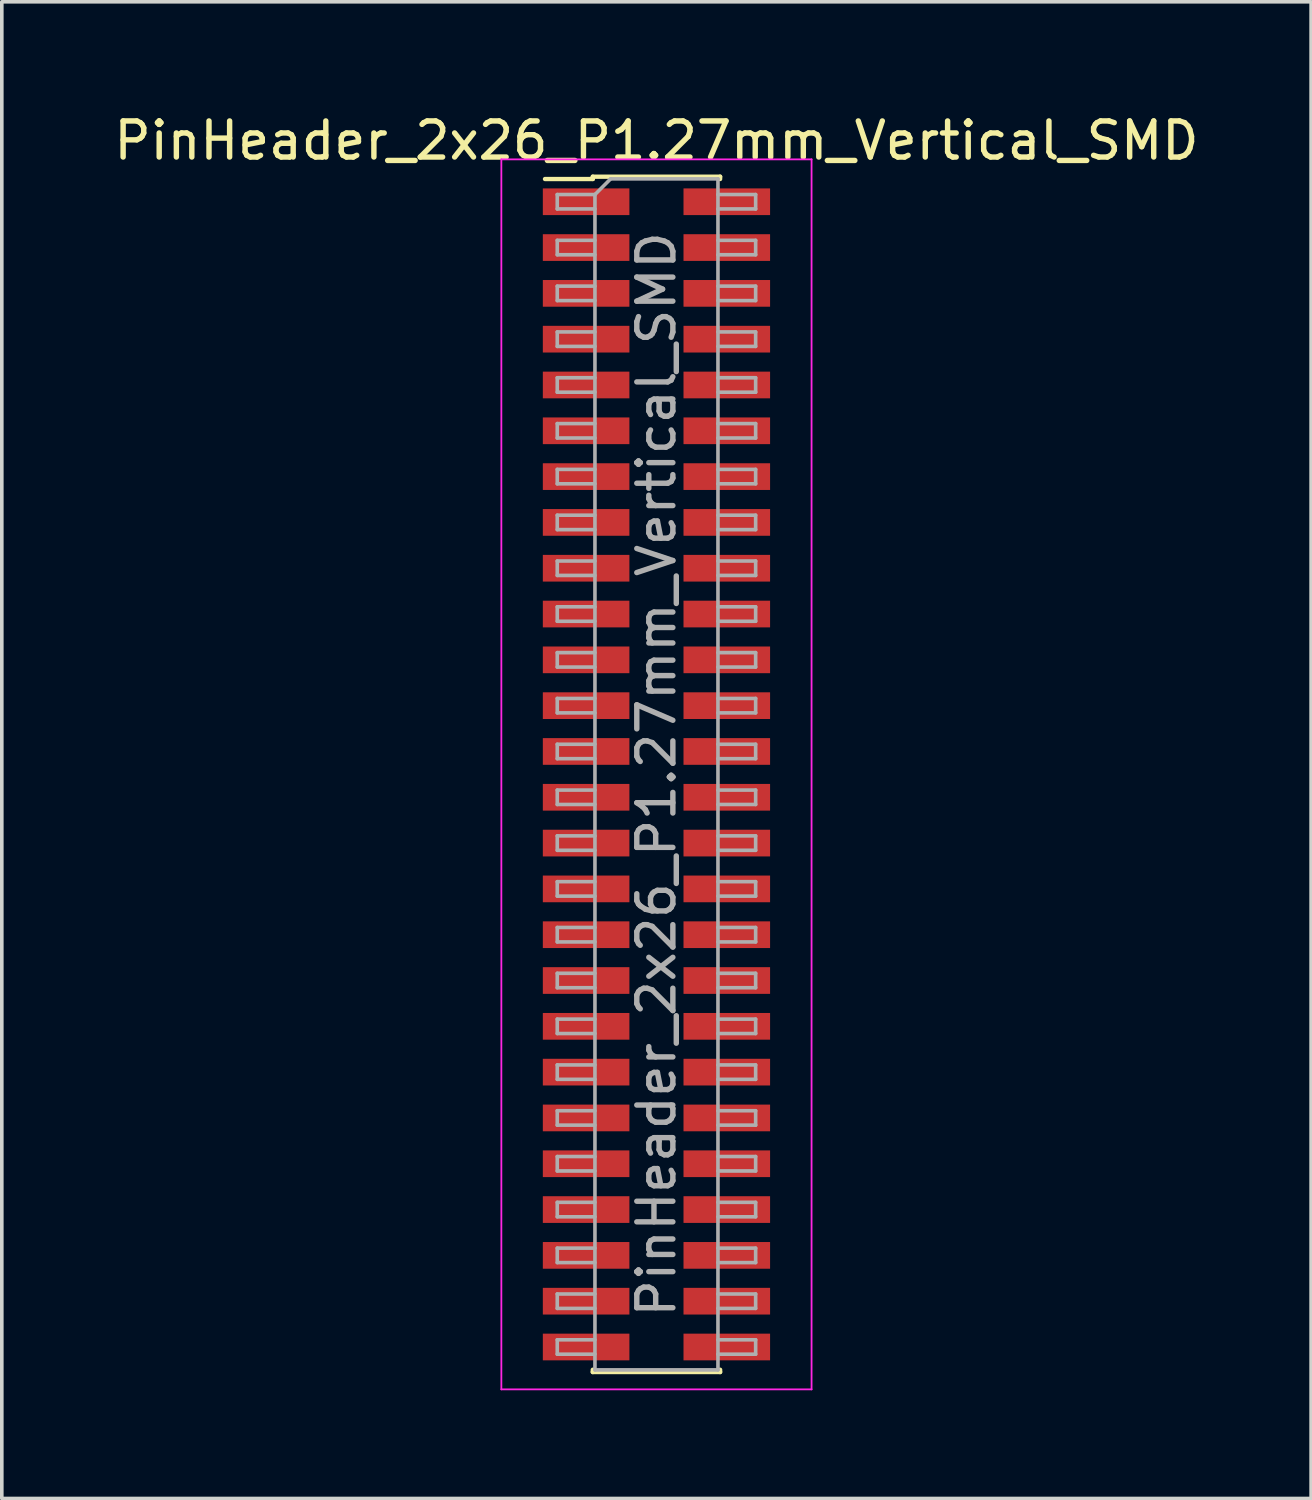
<source format=kicad_pcb>
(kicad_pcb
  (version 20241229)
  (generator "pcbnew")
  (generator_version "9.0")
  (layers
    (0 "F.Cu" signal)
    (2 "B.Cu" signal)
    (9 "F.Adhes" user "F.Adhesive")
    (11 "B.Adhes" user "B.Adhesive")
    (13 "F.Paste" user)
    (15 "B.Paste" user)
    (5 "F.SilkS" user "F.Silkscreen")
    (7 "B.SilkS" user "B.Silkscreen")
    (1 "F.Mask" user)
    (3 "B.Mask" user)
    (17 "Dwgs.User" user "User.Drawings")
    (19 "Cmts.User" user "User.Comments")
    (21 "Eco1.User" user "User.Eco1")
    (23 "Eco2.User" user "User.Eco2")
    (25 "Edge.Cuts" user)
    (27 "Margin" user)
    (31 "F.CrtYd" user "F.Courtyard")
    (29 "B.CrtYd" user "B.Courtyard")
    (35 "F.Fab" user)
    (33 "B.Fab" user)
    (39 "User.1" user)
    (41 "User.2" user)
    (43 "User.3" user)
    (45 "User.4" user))
  (footprint "PinHeader_2x26_P1.27mm_Vertical_SMD"
    (layer "F.Cu")
    (at 15.149 18.418)
    (property "Reference" "PinHeader_2x26_P1.27mm_Vertical_SMD" (at 0 -17.57 0) (layer "F.SilkS") (effects (font (size 1 1) (thickness 0.15))))
    (attr smd)
    (fp_line (start -3.09 -16.505) (end -1.765 -16.505) (stroke (width 0.12) (type solid)) (layer "F.SilkS"))
    (fp_line (start -1.765 -16.57) (end -1.765 -16.505) (stroke (width 0.12) (type solid)) (layer "F.SilkS"))
    (fp_line (start -1.765 -16.57) (end 1.765 -16.57) (stroke (width 0.12) (type solid)) (layer "F.SilkS"))
    (fp_line (start -1.765 16.505) (end -1.765 16.57) (stroke (width 0.12) (type solid)) (layer "F.SilkS"))
    (fp_line (start -1.765 16.57) (end 1.765 16.57) (stroke (width 0.12) (type solid)) (layer "F.SilkS"))
    (fp_line (start 1.765 -16.57) (end 1.765 -16.505) (stroke (width 0.12) (type solid)) (layer "F.SilkS"))
    (fp_line (start 1.765 16.505) (end 1.765 16.57) (stroke (width 0.12) (type solid)) (layer "F.SilkS"))
    (fp_line (start -4.3 -17.05) (end -4.3 17.05) (stroke (width 0.05) (type solid)) (layer "F.CrtYd"))
    (fp_line (start -4.3 17.05) (end 4.3 17.05) (stroke (width 0.05) (type solid)) (layer "F.CrtYd"))
    (fp_line (start 4.3 -17.05) (end -4.3 -17.05) (stroke (width 0.05) (type solid)) (layer "F.CrtYd"))
    (fp_line (start 4.3 17.05) (end 4.3 -17.05) (stroke (width 0.05) (type solid)) (layer "F.CrtYd"))
    (fp_line (start -2.75 -16.075) (end -2.75 -15.675) (stroke (width 0.1) (type solid)) (layer "F.Fab"))
    (fp_line (start -2.75 -15.675) (end -1.705 -15.675) (stroke (width 0.1) (type solid)) (layer "F.Fab"))
    (fp_line (start -2.75 -14.805) (end -2.75 -14.405) (stroke (width 0.1) (type solid)) (layer "F.Fab"))
    (fp_line (start -2.75 -14.405) (end -1.705 -14.405) (stroke (width 0.1) (type solid)) (layer "F.Fab"))
    (fp_line (start -2.75 -13.535) (end -2.75 -13.135) (stroke (width 0.1) (type solid)) (layer "F.Fab"))
    (fp_line (start -2.75 -13.135) (end -1.705 -13.135) (stroke (width 0.1) (type solid)) (layer "F.Fab"))
    (fp_line (start -2.75 -12.265) (end -2.75 -11.865) (stroke (width 0.1) (type solid)) (layer "F.Fab"))
    (fp_line (start -2.75 -11.865) (end -1.705 -11.865) (stroke (width 0.1) (type solid)) (layer "F.Fab"))
    (fp_line (start -2.75 -10.995) (end -2.75 -10.595) (stroke (width 0.1) (type solid)) (layer "F.Fab"))
    (fp_line (start -2.75 -10.595) (end -1.705 -10.595) (stroke (width 0.1) (type solid)) (layer "F.Fab"))
    (fp_line (start -2.75 -9.725) (end -2.75 -9.325) (stroke (width 0.1) (type solid)) (layer "F.Fab"))
    (fp_line (start -2.75 -9.325) (end -1.705 -9.325) (stroke (width 0.1) (type solid)) (layer "F.Fab"))
    (fp_line (start -2.75 -8.455) (end -2.75 -8.055) (stroke (width 0.1) (type solid)) (layer "F.Fab"))
    (fp_line (start -2.75 -8.055) (end -1.705 -8.055) (stroke (width 0.1) (type solid)) (layer "F.Fab"))
    (fp_line (start -2.75 -7.185) (end -2.75 -6.785) (stroke (width 0.1) (type solid)) (layer "F.Fab"))
    (fp_line (start -2.75 -6.785) (end -1.705 -6.785) (stroke (width 0.1) (type solid)) (layer "F.Fab"))
    (fp_line (start -2.75 -5.915) (end -2.75 -5.515) (stroke (width 0.1) (type solid)) (layer "F.Fab"))
    (fp_line (start -2.75 -5.515) (end -1.705 -5.515) (stroke (width 0.1) (type solid)) (layer "F.Fab"))
    (fp_line (start -2.75 -4.645) (end -2.75 -4.245) (stroke (width 0.1) (type solid)) (layer "F.Fab"))
    (fp_line (start -2.75 -4.245) (end -1.705 -4.245) (stroke (width 0.1) (type solid)) (layer "F.Fab"))
    (fp_line (start -2.75 -3.375) (end -2.75 -2.975) (stroke (width 0.1) (type solid)) (layer "F.Fab"))
    (fp_line (start -2.75 -2.975) (end -1.705 -2.975) (stroke (width 0.1) (type solid)) (layer "F.Fab"))
    (fp_line (start -2.75 -2.105) (end -2.75 -1.705) (stroke (width 0.1) (type solid)) (layer "F.Fab"))
    (fp_line (start -2.75 -1.705) (end -1.705 -1.705) (stroke (width 0.1) (type solid)) (layer "F.Fab"))
    (fp_line (start -2.75 -0.835) (end -2.75 -0.435) (stroke (width 0.1) (type solid)) (layer "F.Fab"))
    (fp_line (start -2.75 -0.435) (end -1.705 -0.435) (stroke (width 0.1) (type solid)) (layer "F.Fab"))
    (fp_line (start -2.75 0.435) (end -2.75 0.835) (stroke (width 0.1) (type solid)) (layer "F.Fab"))
    (fp_line (start -2.75 0.835) (end -1.705 0.835) (stroke (width 0.1) (type solid)) (layer "F.Fab"))
    (fp_line (start -2.75 1.705) (end -2.75 2.105) (stroke (width 0.1) (type solid)) (layer "F.Fab"))
    (fp_line (start -2.75 2.105) (end -1.705 2.105) (stroke (width 0.1) (type solid)) (layer "F.Fab"))
    (fp_line (start -2.75 2.975) (end -2.75 3.375) (stroke (width 0.1) (type solid)) (layer "F.Fab"))
    (fp_line (start -2.75 3.375) (end -1.705 3.375) (stroke (width 0.1) (type solid)) (layer "F.Fab"))
    (fp_line (start -2.75 4.245) (end -2.75 4.645) (stroke (width 0.1) (type solid)) (layer "F.Fab"))
    (fp_line (start -2.75 4.645) (end -1.705 4.645) (stroke (width 0.1) (type solid)) (layer "F.Fab"))
    (fp_line (start -2.75 5.515) (end -2.75 5.915) (stroke (width 0.1) (type solid)) (layer "F.Fab"))
    (fp_line (start -2.75 5.915) (end -1.705 5.915) (stroke (width 0.1) (type solid)) (layer "F.Fab"))
    (fp_line (start -2.75 6.785) (end -2.75 7.185) (stroke (width 0.1) (type solid)) (layer "F.Fab"))
    (fp_line (start -2.75 7.185) (end -1.705 7.185) (stroke (width 0.1) (type solid)) (layer "F.Fab"))
    (fp_line (start -2.75 8.055) (end -2.75 8.455) (stroke (width 0.1) (type solid)) (layer "F.Fab"))
    (fp_line (start -2.75 8.455) (end -1.705 8.455) (stroke (width 0.1) (type solid)) (layer "F.Fab"))
    (fp_line (start -2.75 9.325) (end -2.75 9.725) (stroke (width 0.1) (type solid)) (layer "F.Fab"))
    (fp_line (start -2.75 9.725) (end -1.705 9.725) (stroke (width 0.1) (type solid)) (layer "F.Fab"))
    (fp_line (start -2.75 10.595) (end -2.75 10.995) (stroke (width 0.1) (type solid)) (layer "F.Fab"))
    (fp_line (start -2.75 10.995) (end -1.705 10.995) (stroke (width 0.1) (type solid)) (layer "F.Fab"))
    (fp_line (start -2.75 11.865) (end -2.75 12.265) (stroke (width 0.1) (type solid)) (layer "F.Fab"))
    (fp_line (start -2.75 12.265) (end -1.705 12.265) (stroke (width 0.1) (type solid)) (layer "F.Fab"))
    (fp_line (start -2.75 13.135) (end -2.75 13.535) (stroke (width 0.1) (type solid)) (layer "F.Fab"))
    (fp_line (start -2.75 13.535) (end -1.705 13.535) (stroke (width 0.1) (type solid)) (layer "F.Fab"))
    (fp_line (start -2.75 14.405) (end -2.75 14.805) (stroke (width 0.1) (type solid)) (layer "F.Fab"))
    (fp_line (start -2.75 14.805) (end -1.705 14.805) (stroke (width 0.1) (type solid)) (layer "F.Fab"))
    (fp_line (start -2.75 15.675) (end -2.75 16.075) (stroke (width 0.1) (type solid)) (layer "F.Fab"))
    (fp_line (start -2.75 16.075) (end -1.705 16.075) (stroke (width 0.1) (type solid)) (layer "F.Fab"))
    (fp_line (start -1.705 -16.075) (end -2.75 -16.075) (stroke (width 0.1) (type solid)) (layer "F.Fab"))
    (fp_line (start -1.705 -16.075) (end -1.27 -16.51) (stroke (width 0.1) (type solid)) (layer "F.Fab"))
    (fp_line (start -1.705 -14.805) (end -2.75 -14.805) (stroke (width 0.1) (type solid)) (layer "F.Fab"))
    (fp_line (start -1.705 -13.535) (end -2.75 -13.535) (stroke (width 0.1) (type solid)) (layer "F.Fab"))
    (fp_line (start -1.705 -12.265) (end -2.75 -12.265) (stroke (width 0.1) (type solid)) (layer "F.Fab"))
    (fp_line (start -1.705 -10.995) (end -2.75 -10.995) (stroke (width 0.1) (type solid)) (layer "F.Fab"))
    (fp_line (start -1.705 -9.725) (end -2.75 -9.725) (stroke (width 0.1) (type solid)) (layer "F.Fab"))
    (fp_line (start -1.705 -8.455) (end -2.75 -8.455) (stroke (width 0.1) (type solid)) (layer "F.Fab"))
    (fp_line (start -1.705 -7.185) (end -2.75 -7.185) (stroke (width 0.1) (type solid)) (layer "F.Fab"))
    (fp_line (start -1.705 -5.915) (end -2.75 -5.915) (stroke (width 0.1) (type solid)) (layer "F.Fab"))
    (fp_line (start -1.705 -4.645) (end -2.75 -4.645) (stroke (width 0.1) (type solid)) (layer "F.Fab"))
    (fp_line (start -1.705 -3.375) (end -2.75 -3.375) (stroke (width 0.1) (type solid)) (layer "F.Fab"))
    (fp_line (start -1.705 -2.105) (end -2.75 -2.105) (stroke (width 0.1) (type solid)) (layer "F.Fab"))
    (fp_line (start -1.705 -0.835) (end -2.75 -0.835) (stroke (width 0.1) (type solid)) (layer "F.Fab"))
    (fp_line (start -1.705 0.435) (end -2.75 0.435) (stroke (width 0.1) (type solid)) (layer "F.Fab"))
    (fp_line (start -1.705 1.705) (end -2.75 1.705) (stroke (width 0.1) (type solid)) (layer "F.Fab"))
    (fp_line (start -1.705 2.975) (end -2.75 2.975) (stroke (width 0.1) (type solid)) (layer "F.Fab"))
    (fp_line (start -1.705 4.245) (end -2.75 4.245) (stroke (width 0.1) (type solid)) (layer "F.Fab"))
    (fp_line (start -1.705 5.515) (end -2.75 5.515) (stroke (width 0.1) (type solid)) (layer "F.Fab"))
    (fp_line (start -1.705 6.785) (end -2.75 6.785) (stroke (width 0.1) (type solid)) (layer "F.Fab"))
    (fp_line (start -1.705 8.055) (end -2.75 8.055) (stroke (width 0.1) (type solid)) (layer "F.Fab"))
    (fp_line (start -1.705 9.325) (end -2.75 9.325) (stroke (width 0.1) (type solid)) (layer "F.Fab"))
    (fp_line (start -1.705 10.595) (end -2.75 10.595) (stroke (width 0.1) (type solid)) (layer "F.Fab"))
    (fp_line (start -1.705 11.865) (end -2.75 11.865) (stroke (width 0.1) (type solid)) (layer "F.Fab"))
    (fp_line (start -1.705 13.135) (end -2.75 13.135) (stroke (width 0.1) (type solid)) (layer "F.Fab"))
    (fp_line (start -1.705 14.405) (end -2.75 14.405) (stroke (width 0.1) (type solid)) (layer "F.Fab"))
    (fp_line (start -1.705 15.675) (end -2.75 15.675) (stroke (width 0.1) (type solid)) (layer "F.Fab"))
    (fp_line (start -1.705 16.51) (end -1.705 -16.075) (stroke (width 0.1) (type solid)) (layer "F.Fab"))
    (fp_line (start -1.27 -16.51) (end 1.705 -16.51) (stroke (width 0.1) (type solid)) (layer "F.Fab"))
    (fp_line (start 1.705 -16.51) (end 1.705 16.51) (stroke (width 0.1) (type solid)) (layer "F.Fab"))
    (fp_line (start 1.705 -16.075) (end 2.75 -16.075) (stroke (width 0.1) (type solid)) (layer "F.Fab"))
    (fp_line (start 1.705 -14.805) (end 2.75 -14.805) (stroke (width 0.1) (type solid)) (layer "F.Fab"))
    (fp_line (start 1.705 -13.535) (end 2.75 -13.535) (stroke (width 0.1) (type solid)) (layer "F.Fab"))
    (fp_line (start 1.705 -12.265) (end 2.75 -12.265) (stroke (width 0.1) (type solid)) (layer "F.Fab"))
    (fp_line (start 1.705 -10.995) (end 2.75 -10.995) (stroke (width 0.1) (type solid)) (layer "F.Fab"))
    (fp_line (start 1.705 -9.725) (end 2.75 -9.725) (stroke (width 0.1) (type solid)) (layer "F.Fab"))
    (fp_line (start 1.705 -8.455) (end 2.75 -8.455) (stroke (width 0.1) (type solid)) (layer "F.Fab"))
    (fp_line (start 1.705 -7.185) (end 2.75 -7.185) (stroke (width 0.1) (type solid)) (layer "F.Fab"))
    (fp_line (start 1.705 -5.915) (end 2.75 -5.915) (stroke (width 0.1) (type solid)) (layer "F.Fab"))
    (fp_line (start 1.705 -4.645) (end 2.75 -4.645) (stroke (width 0.1) (type solid)) (layer "F.Fab"))
    (fp_line (start 1.705 -3.375) (end 2.75 -3.375) (stroke (width 0.1) (type solid)) (layer "F.Fab"))
    (fp_line (start 1.705 -2.105) (end 2.75 -2.105) (stroke (width 0.1) (type solid)) (layer "F.Fab"))
    (fp_line (start 1.705 -0.835) (end 2.75 -0.835) (stroke (width 0.1) (type solid)) (layer "F.Fab"))
    (fp_line (start 1.705 0.435) (end 2.75 0.435) (stroke (width 0.1) (type solid)) (layer "F.Fab"))
    (fp_line (start 1.705 1.705) (end 2.75 1.705) (stroke (width 0.1) (type solid)) (layer "F.Fab"))
    (fp_line (start 1.705 2.975) (end 2.75 2.975) (stroke (width 0.1) (type solid)) (layer "F.Fab"))
    (fp_line (start 1.705 4.245) (end 2.75 4.245) (stroke (width 0.1) (type solid)) (layer "F.Fab"))
    (fp_line (start 1.705 5.515) (end 2.75 5.515) (stroke (width 0.1) (type solid)) (layer "F.Fab"))
    (fp_line (start 1.705 6.785) (end 2.75 6.785) (stroke (width 0.1) (type solid)) (layer "F.Fab"))
    (fp_line (start 1.705 8.055) (end 2.75 8.055) (stroke (width 0.1) (type solid)) (layer "F.Fab"))
    (fp_line (start 1.705 9.325) (end 2.75 9.325) (stroke (width 0.1) (type solid)) (layer "F.Fab"))
    (fp_line (start 1.705 10.595) (end 2.75 10.595) (stroke (width 0.1) (type solid)) (layer "F.Fab"))
    (fp_line (start 1.705 11.865) (end 2.75 11.865) (stroke (width 0.1) (type solid)) (layer "F.Fab"))
    (fp_line (start 1.705 13.135) (end 2.75 13.135) (stroke (width 0.1) (type solid)) (layer "F.Fab"))
    (fp_line (start 1.705 14.405) (end 2.75 14.405) (stroke (width 0.1) (type solid)) (layer "F.Fab"))
    (fp_line (start 1.705 15.675) (end 2.75 15.675) (stroke (width 0.1) (type solid)) (layer "F.Fab"))
    (fp_line (start 1.705 16.51) (end -1.705 16.51) (stroke (width 0.1) (type solid)) (layer "F.Fab"))
    (fp_line (start 2.75 -16.075) (end 2.75 -15.675) (stroke (width 0.1) (type solid)) (layer "F.Fab"))
    (fp_line (start 2.75 -15.675) (end 1.705 -15.675) (stroke (width 0.1) (type solid)) (layer "F.Fab"))
    (fp_line (start 2.75 -14.805) (end 2.75 -14.405) (stroke (width 0.1) (type solid)) (layer "F.Fab"))
    (fp_line (start 2.75 -14.405) (end 1.705 -14.405) (stroke (width 0.1) (type solid)) (layer "F.Fab"))
    (fp_line (start 2.75 -13.535) (end 2.75 -13.135) (stroke (width 0.1) (type solid)) (layer "F.Fab"))
    (fp_line (start 2.75 -13.135) (end 1.705 -13.135) (stroke (width 0.1) (type solid)) (layer "F.Fab"))
    (fp_line (start 2.75 -12.265) (end 2.75 -11.865) (stroke (width 0.1) (type solid)) (layer "F.Fab"))
    (fp_line (start 2.75 -11.865) (end 1.705 -11.865) (stroke (width 0.1) (type solid)) (layer "F.Fab"))
    (fp_line (start 2.75 -10.995) (end 2.75 -10.595) (stroke (width 0.1) (type solid)) (layer "F.Fab"))
    (fp_line (start 2.75 -10.595) (end 1.705 -10.595) (stroke (width 0.1) (type solid)) (layer "F.Fab"))
    (fp_line (start 2.75 -9.725) (end 2.75 -9.325) (stroke (width 0.1) (type solid)) (layer "F.Fab"))
    (fp_line (start 2.75 -9.325) (end 1.705 -9.325) (stroke (width 0.1) (type solid)) (layer "F.Fab"))
    (fp_line (start 2.75 -8.455) (end 2.75 -8.055) (stroke (width 0.1) (type solid)) (layer "F.Fab"))
    (fp_line (start 2.75 -8.055) (end 1.705 -8.055) (stroke (width 0.1) (type solid)) (layer "F.Fab"))
    (fp_line (start 2.75 -7.185) (end 2.75 -6.785) (stroke (width 0.1) (type solid)) (layer "F.Fab"))
    (fp_line (start 2.75 -6.785) (end 1.705 -6.785) (stroke (width 0.1) (type solid)) (layer "F.Fab"))
    (fp_line (start 2.75 -5.915) (end 2.75 -5.515) (stroke (width 0.1) (type solid)) (layer "F.Fab"))
    (fp_line (start 2.75 -5.515) (end 1.705 -5.515) (stroke (width 0.1) (type solid)) (layer "F.Fab"))
    (fp_line (start 2.75 -4.645) (end 2.75 -4.245) (stroke (width 0.1) (type solid)) (layer "F.Fab"))
    (fp_line (start 2.75 -4.245) (end 1.705 -4.245) (stroke (width 0.1) (type solid)) (layer "F.Fab"))
    (fp_line (start 2.75 -3.375) (end 2.75 -2.975) (stroke (width 0.1) (type solid)) (layer "F.Fab"))
    (fp_line (start 2.75 -2.975) (end 1.705 -2.975) (stroke (width 0.1) (type solid)) (layer "F.Fab"))
    (fp_line (start 2.75 -2.105) (end 2.75 -1.705) (stroke (width 0.1) (type solid)) (layer "F.Fab"))
    (fp_line (start 2.75 -1.705) (end 1.705 -1.705) (stroke (width 0.1) (type solid)) (layer "F.Fab"))
    (fp_line (start 2.75 -0.835) (end 2.75 -0.435) (stroke (width 0.1) (type solid)) (layer "F.Fab"))
    (fp_line (start 2.75 -0.435) (end 1.705 -0.435) (stroke (width 0.1) (type solid)) (layer "F.Fab"))
    (fp_line (start 2.75 0.435) (end 2.75 0.835) (stroke (width 0.1) (type solid)) (layer "F.Fab"))
    (fp_line (start 2.75 0.835) (end 1.705 0.835) (stroke (width 0.1) (type solid)) (layer "F.Fab"))
    (fp_line (start 2.75 1.705) (end 2.75 2.105) (stroke (width 0.1) (type solid)) (layer "F.Fab"))
    (fp_line (start 2.75 2.105) (end 1.705 2.105) (stroke (width 0.1) (type solid)) (layer "F.Fab"))
    (fp_line (start 2.75 2.975) (end 2.75 3.375) (stroke (width 0.1) (type solid)) (layer "F.Fab"))
    (fp_line (start 2.75 3.375) (end 1.705 3.375) (stroke (width 0.1) (type solid)) (layer "F.Fab"))
    (fp_line (start 2.75 4.245) (end 2.75 4.645) (stroke (width 0.1) (type solid)) (layer "F.Fab"))
    (fp_line (start 2.75 4.645) (end 1.705 4.645) (stroke (width 0.1) (type solid)) (layer "F.Fab"))
    (fp_line (start 2.75 5.515) (end 2.75 5.915) (stroke (width 0.1) (type solid)) (layer "F.Fab"))
    (fp_line (start 2.75 5.915) (end 1.705 5.915) (stroke (width 0.1) (type solid)) (layer "F.Fab"))
    (fp_line (start 2.75 6.785) (end 2.75 7.185) (stroke (width 0.1) (type solid)) (layer "F.Fab"))
    (fp_line (start 2.75 7.185) (end 1.705 7.185) (stroke (width 0.1) (type solid)) (layer "F.Fab"))
    (fp_line (start 2.75 8.055) (end 2.75 8.455) (stroke (width 0.1) (type solid)) (layer "F.Fab"))
    (fp_line (start 2.75 8.455) (end 1.705 8.455) (stroke (width 0.1) (type solid)) (layer "F.Fab"))
    (fp_line (start 2.75 9.325) (end 2.75 9.725) (stroke (width 0.1) (type solid)) (layer "F.Fab"))
    (fp_line (start 2.75 9.725) (end 1.705 9.725) (stroke (width 0.1) (type solid)) (layer "F.Fab"))
    (fp_line (start 2.75 10.595) (end 2.75 10.995) (stroke (width 0.1) (type solid)) (layer "F.Fab"))
    (fp_line (start 2.75 10.995) (end 1.705 10.995) (stroke (width 0.1) (type solid)) (layer "F.Fab"))
    (fp_line (start 2.75 11.865) (end 2.75 12.265) (stroke (width 0.1) (type solid)) (layer "F.Fab"))
    (fp_line (start 2.75 12.265) (end 1.705 12.265) (stroke (width 0.1) (type solid)) (layer "F.Fab"))
    (fp_line (start 2.75 13.135) (end 2.75 13.535) (stroke (width 0.1) (type solid)) (layer "F.Fab"))
    (fp_line (start 2.75 13.535) (end 1.705 13.535) (stroke (width 0.1) (type solid)) (layer "F.Fab"))
    (fp_line (start 2.75 14.405) (end 2.75 14.805) (stroke (width 0.1) (type solid)) (layer "F.Fab"))
    (fp_line (start 2.75 14.805) (end 1.705 14.805) (stroke (width 0.1) (type solid)) (layer "F.Fab"))
    (fp_line (start 2.75 15.675) (end 2.75 16.075) (stroke (width 0.1) (type solid)) (layer "F.Fab"))
    (fp_line (start 2.75 16.075) (end 1.705 16.075) (stroke (width 0.1) (type solid)) (layer "F.Fab"))
    (fp_text user "${REFERENCE}" (at 0 0 90) (layer "F.Fab") (effects (font (size 1 1) (thickness 0.15))))
    (pad "1" smd rect (at -1.95 -15.875) (size 2.4 0.74) (layers "F.Cu" "F.Mask" "F.Paste"))
    (pad "2" smd rect (at 1.95 -15.875) (size 2.4 0.74) (layers "F.Cu" "F.Mask" "F.Paste"))
    (pad "3" smd rect (at -1.95 -14.605) (size 2.4 0.74) (layers "F.Cu" "F.Mask" "F.Paste"))
    (pad "4" smd rect (at 1.95 -14.605) (size 2.4 0.74) (layers "F.Cu" "F.Mask" "F.Paste"))
    (pad "5" smd rect (at -1.95 -13.335) (size 2.4 0.74) (layers "F.Cu" "F.Mask" "F.Paste"))
    (pad "6" smd rect (at 1.95 -13.335) (size 2.4 0.74) (layers "F.Cu" "F.Mask" "F.Paste"))
    (pad "7" smd rect (at -1.95 -12.065) (size 2.4 0.74) (layers "F.Cu" "F.Mask" "F.Paste"))
    (pad "8" smd rect (at 1.95 -12.065) (size 2.4 0.74) (layers "F.Cu" "F.Mask" "F.Paste"))
    (pad "9" smd rect (at -1.95 -10.795) (size 2.4 0.74) (layers "F.Cu" "F.Mask" "F.Paste"))
    (pad "10" smd rect (at 1.95 -10.795) (size 2.4 0.74) (layers "F.Cu" "F.Mask" "F.Paste"))
    (pad "11" smd rect (at -1.95 -9.525) (size 2.4 0.74) (layers "F.Cu" "F.Mask" "F.Paste"))
    (pad "12" smd rect (at 1.95 -9.525) (size 2.4 0.74) (layers "F.Cu" "F.Mask" "F.Paste"))
    (pad "13" smd rect (at -1.95 -8.255) (size 2.4 0.74) (layers "F.Cu" "F.Mask" "F.Paste"))
    (pad "14" smd rect (at 1.95 -8.255) (size 2.4 0.74) (layers "F.Cu" "F.Mask" "F.Paste"))
    (pad "15" smd rect (at -1.95 -6.985) (size 2.4 0.74) (layers "F.Cu" "F.Mask" "F.Paste"))
    (pad "16" smd rect (at 1.95 -6.985) (size 2.4 0.74) (layers "F.Cu" "F.Mask" "F.Paste"))
    (pad "17" smd rect (at -1.95 -5.715) (size 2.4 0.74) (layers "F.Cu" "F.Mask" "F.Paste"))
    (pad "18" smd rect (at 1.95 -5.715) (size 2.4 0.74) (layers "F.Cu" "F.Mask" "F.Paste"))
    (pad "19" smd rect (at -1.95 -4.445) (size 2.4 0.74) (layers "F.Cu" "F.Mask" "F.Paste"))
    (pad "20" smd rect (at 1.95 -4.445) (size 2.4 0.74) (layers "F.Cu" "F.Mask" "F.Paste"))
    (pad "21" smd rect (at -1.95 -3.175) (size 2.4 0.74) (layers "F.Cu" "F.Mask" "F.Paste"))
    (pad "22" smd rect (at 1.95 -3.175) (size 2.4 0.74) (layers "F.Cu" "F.Mask" "F.Paste"))
    (pad "23" smd rect (at -1.95 -1.905) (size 2.4 0.74) (layers "F.Cu" "F.Mask" "F.Paste"))
    (pad "24" smd rect (at 1.95 -1.905) (size 2.4 0.74) (layers "F.Cu" "F.Mask" "F.Paste"))
    (pad "25" smd rect (at -1.95 -0.635) (size 2.4 0.74) (layers "F.Cu" "F.Mask" "F.Paste"))
    (pad "26" smd rect (at 1.95 -0.635) (size 2.4 0.74) (layers "F.Cu" "F.Mask" "F.Paste"))
    (pad "27" smd rect (at -1.95 0.635) (size 2.4 0.74) (layers "F.Cu" "F.Mask" "F.Paste"))
    (pad "28" smd rect (at 1.95 0.635) (size 2.4 0.74) (layers "F.Cu" "F.Mask" "F.Paste"))
    (pad "29" smd rect (at -1.95 1.905) (size 2.4 0.74) (layers "F.Cu" "F.Mask" "F.Paste"))
    (pad "30" smd rect (at 1.95 1.905) (size 2.4 0.74) (layers "F.Cu" "F.Mask" "F.Paste"))
    (pad "31" smd rect (at -1.95 3.175) (size 2.4 0.74) (layers "F.Cu" "F.Mask" "F.Paste"))
    (pad "32" smd rect (at 1.95 3.175) (size 2.4 0.74) (layers "F.Cu" "F.Mask" "F.Paste"))
    (pad "33" smd rect (at -1.95 4.445) (size 2.4 0.74) (layers "F.Cu" "F.Mask" "F.Paste"))
    (pad "34" smd rect (at 1.95 4.445) (size 2.4 0.74) (layers "F.Cu" "F.Mask" "F.Paste"))
    (pad "35" smd rect (at -1.95 5.715) (size 2.4 0.74) (layers "F.Cu" "F.Mask" "F.Paste"))
    (pad "36" smd rect (at 1.95 5.715) (size 2.4 0.74) (layers "F.Cu" "F.Mask" "F.Paste"))
    (pad "37" smd rect (at -1.95 6.985) (size 2.4 0.74) (layers "F.Cu" "F.Mask" "F.Paste"))
    (pad "38" smd rect (at 1.95 6.985) (size 2.4 0.74) (layers "F.Cu" "F.Mask" "F.Paste"))
    (pad "39" smd rect (at -1.95 8.255) (size 2.4 0.74) (layers "F.Cu" "F.Mask" "F.Paste"))
    (pad "40" smd rect (at 1.95 8.255) (size 2.4 0.74) (layers "F.Cu" "F.Mask" "F.Paste"))
    (pad "41" smd rect (at -1.95 9.525) (size 2.4 0.74) (layers "F.Cu" "F.Mask" "F.Paste"))
    (pad "42" smd rect (at 1.95 9.525) (size 2.4 0.74) (layers "F.Cu" "F.Mask" "F.Paste"))
    (pad "43" smd rect (at -1.95 10.795) (size 2.4 0.74) (layers "F.Cu" "F.Mask" "F.Paste"))
    (pad "44" smd rect (at 1.95 10.795) (size 2.4 0.74) (layers "F.Cu" "F.Mask" "F.Paste"))
    (pad "45" smd rect (at -1.95 12.065) (size 2.4 0.74) (layers "F.Cu" "F.Mask" "F.Paste"))
    (pad "46" smd rect (at 1.95 12.065) (size 2.4 0.74) (layers "F.Cu" "F.Mask" "F.Paste"))
    (pad "47" smd rect (at -1.95 13.335) (size 2.4 0.74) (layers "F.Cu" "F.Mask" "F.Paste"))
    (pad "48" smd rect (at 1.95 13.335) (size 2.4 0.74) (layers "F.Cu" "F.Mask" "F.Paste"))
    (pad "49" smd rect (at -1.95 14.605) (size 2.4 0.74) (layers "F.Cu" "F.Mask" "F.Paste"))
    (pad "50" smd rect (at 1.95 14.605) (size 2.4 0.74) (layers "F.Cu" "F.Mask" "F.Paste"))
    (pad "51" smd rect (at -1.95 15.875) (size 2.4 0.74) (layers "F.Cu" "F.Mask" "F.Paste"))
    (pad "52" smd rect (at 1.95 15.875) (size 2.4 0.74) (layers "F.Cu" "F.Mask" "F.Paste")))
  (gr_rect
    (start -3 -3)
    (end 33.298 38.493)
    (stroke (width 0.1) (type default))
    (fill no)
    (layer "Edge.Cuts")))
</source>
